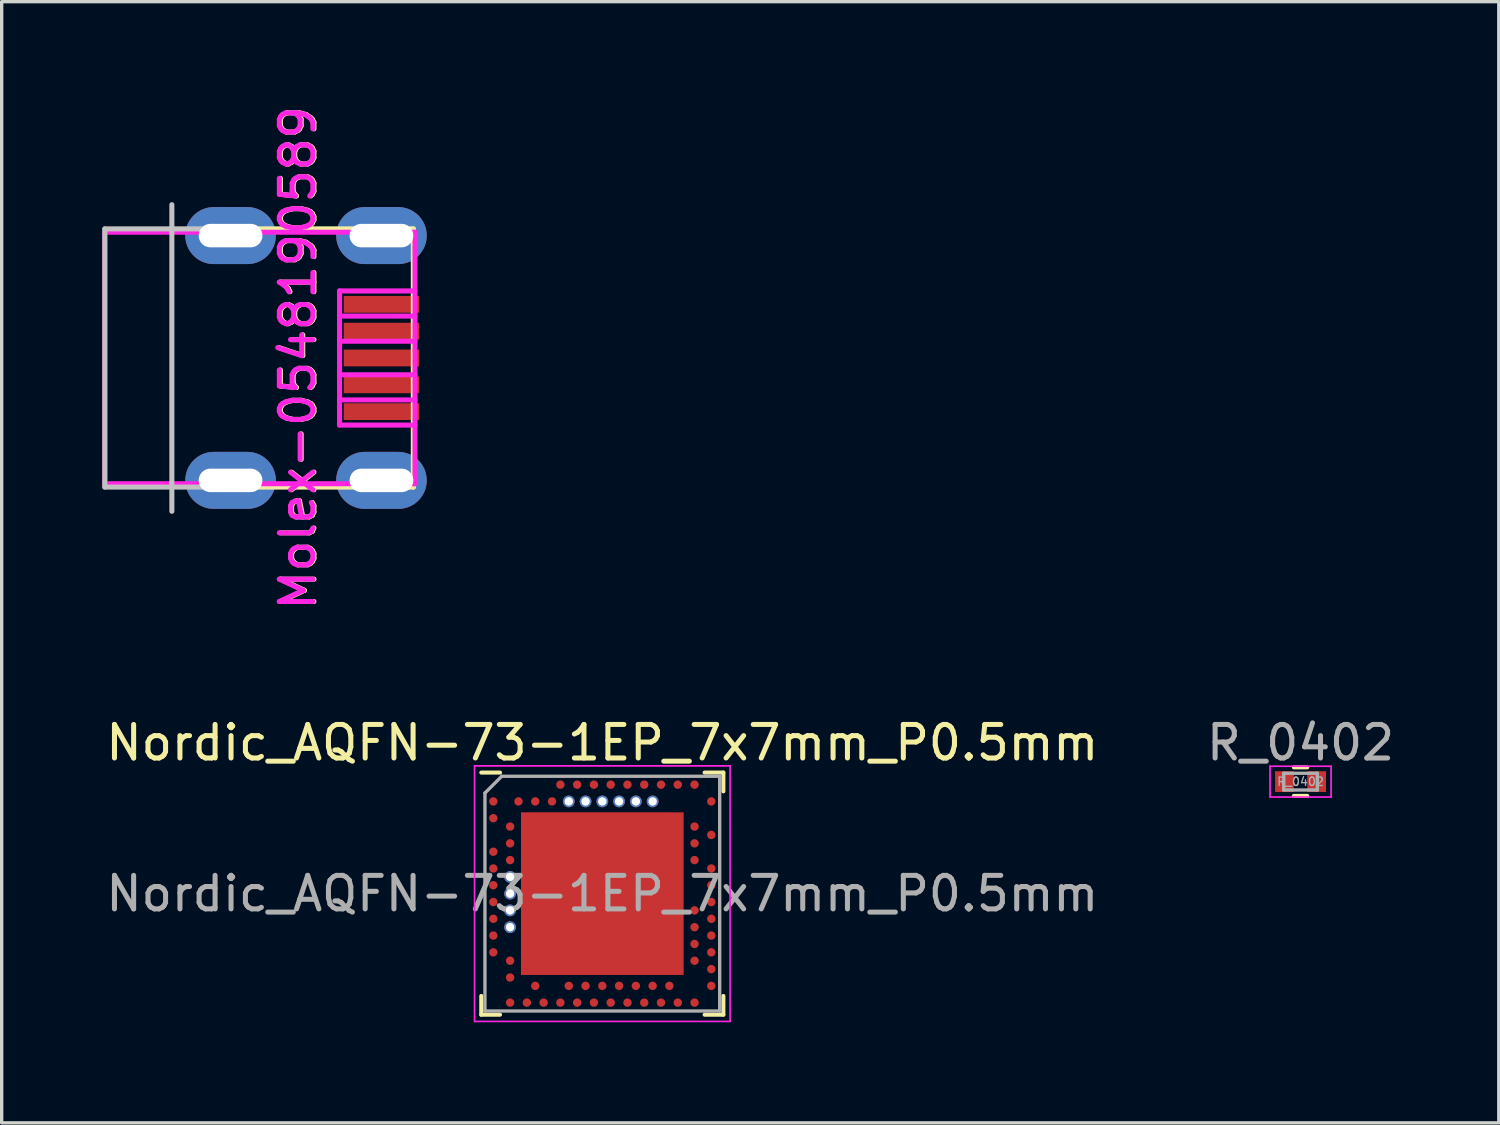
<source format=kicad_pcb>
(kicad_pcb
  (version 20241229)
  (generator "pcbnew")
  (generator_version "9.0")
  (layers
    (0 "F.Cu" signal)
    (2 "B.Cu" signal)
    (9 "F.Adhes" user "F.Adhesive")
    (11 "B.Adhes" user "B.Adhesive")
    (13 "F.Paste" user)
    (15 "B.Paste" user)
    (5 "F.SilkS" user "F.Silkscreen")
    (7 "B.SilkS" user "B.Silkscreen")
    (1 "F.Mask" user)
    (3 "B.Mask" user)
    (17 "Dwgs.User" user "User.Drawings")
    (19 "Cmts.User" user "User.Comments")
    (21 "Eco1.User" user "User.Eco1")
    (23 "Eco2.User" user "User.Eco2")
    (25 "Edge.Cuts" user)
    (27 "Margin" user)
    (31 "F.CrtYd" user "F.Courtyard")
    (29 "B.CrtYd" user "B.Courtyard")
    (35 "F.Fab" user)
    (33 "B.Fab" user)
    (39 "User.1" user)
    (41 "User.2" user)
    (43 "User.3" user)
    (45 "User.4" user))
  (footprint "Nordic_AQFN-73-1EP_7x7mm_P0.5mm"
    (layer "F.Cu")
    (at 14.911 23.598)
    (property "Reference" "Nordic_AQFN-73-1EP_7x7mm_P0.5mm" (at 0 -4.5 180) (layer "F.SilkS") (effects (font (size 1 1) (thickness 0.15))))
    (attr smd)
    (fp_line (start -3.61 -3.61) (end -3.05 -3.61) (stroke (width 0.12) (type solid)) (layer "F.SilkS"))
    (fp_line (start -3.61 3.61) (end -3.61 3.05) (stroke (width 0.12) (type solid)) (layer "F.SilkS"))
    (fp_line (start -3.61 3.61) (end -3.05 3.61) (stroke (width 0.12) (type solid)) (layer "F.SilkS"))
    (fp_line (start 3.61 -3.61) (end 3.05 -3.61) (stroke (width 0.12) (type solid)) (layer "F.SilkS"))
    (fp_line (start 3.61 -3.61) (end 3.61 -3.05) (stroke (width 0.12) (type solid)) (layer "F.SilkS"))
    (fp_line (start 3.61 3.61) (end 3.05 3.61) (stroke (width 0.12) (type solid)) (layer "F.SilkS"))
    (fp_line (start 3.61 3.61) (end 3.61 3.05) (stroke (width 0.12) (type solid)) (layer "F.SilkS"))
    (fp_line (start -3.81 -3.81) (end 3.81 -3.81) (stroke (width 0.05) (type solid)) (layer "F.CrtYd"))
    (fp_line (start -3.81 3.81) (end -3.81 -3.81) (stroke (width 0.05) (type solid)) (layer "F.CrtYd"))
    (fp_line (start 3.81 -3.81) (end 3.81 3.81) (stroke (width 0.05) (type solid)) (layer "F.CrtYd"))
    (fp_line (start 3.81 3.81) (end -3.81 3.81) (stroke (width 0.05) (type solid)) (layer "F.CrtYd"))
    (fp_line (start -3.5 -3) (end -3.5 3.5) (stroke (width 0.1) (type solid)) (layer "F.Fab"))
    (fp_line (start -3.5 -3) (end -3 -3.5) (stroke (width 0.1) (type solid)) (layer "F.Fab"))
    (fp_line (start -3.5 3.5) (end 3.5 3.5) (stroke (width 0.1) (type solid)) (layer "F.Fab"))
    (fp_line (start -3 -3.5) (end 3.5 -3.5) (stroke (width 0.1) (type solid)) (layer "F.Fab"))
    (fp_line (start 3.5 -3.5) (end 3.5 3.5) (stroke (width 0.1) (type solid)) (layer "F.Fab"))
    (fp_text user "${REFERENCE}" (at 0 0 180) (layer "F.Fab") (effects (font (size 1 1) (thickness 0.15))))
    (pad "" smd rect (at -1.212 -1.212 180) (size 2 2) (layers "F.Paste"))
    (pad "" smd rect (at -1.212 1.212 180) (size 2 2) (layers "F.Paste"))
    (pad "" smd rect (at 1.212 -1.212 180) (size 2 2) (layers "F.Paste"))
    (pad "" smd rect (at 1.212 1.212 180) (size 2 2) (layers "F.Paste"))
    (pad "A8" smd circle (at -1.25 -3.25 180) (size 0.25 0.25) (layers "F.Cu" "F.Mask" "F.Paste"))
    (pad "A10" smd circle (at -0.75 -3.25 180) (size 0.25 0.25) (layers "F.Cu" "F.Mask" "F.Paste"))
    (pad "A12" smd circle (at -0.25 -3.25 180) (size 0.25 0.25) (layers "F.Cu" "F.Mask" "F.Paste"))
    (pad "A14" smd circle (at 0.25 -3.25 180) (size 0.25 0.25) (layers "F.Cu" "F.Mask" "F.Paste"))
    (pad "A16" smd circle (at 0.75 -3.25 180) (size 0.25 0.25) (layers "F.Cu" "F.Mask" "F.Paste"))
    (pad "A18" smd circle (at 1.25 -3.25 180) (size 0.25 0.25) (layers "F.Cu" "F.Mask" "F.Paste"))
    (pad "A20" smd circle (at 1.75 -3.25 180) (size 0.25 0.25) (layers "F.Cu" "F.Mask" "F.Paste"))
    (pad "A22" smd circle (at 2.25 -3.25 180) (size 0.25 0.25) (layers "F.Cu" "F.Mask" "F.Paste"))
    (pad "A23" smd circle (at 2.75 -3.25 180) (size 0.25 0.25) (layers "F.Cu" "F.Mask" "F.Paste"))
    (pad "AA24" smd circle (at 3.25 2.25 180) (size 0.25 0.25) (layers "F.Cu" "F.Mask" "F.Paste"))
    (pad "AB2" smd circle (at -2.75 2.5 180) (size 0.25 0.25) (layers "F.Cu" "F.Mask" "F.Paste"))
    (pad "AC5" smd circle (at -2 2.75 180) (size 0.25 0.25) (layers "F.Cu" "F.Mask" "F.Paste"))
    (pad "AC9" smd circle (at -1 2.75 180) (size 0.25 0.25) (layers "F.Cu" "F.Mask" "F.Paste"))
    (pad "AC11" smd circle (at -0.5 2.75 180) (size 0.25 0.25) (layers "F.Cu" "F.Mask" "F.Paste"))
    (pad "AC13" smd circle (at 0 2.75 180) (size 0.25 0.25) (layers "F.Cu" "F.Mask" "F.Paste"))
    (pad "AC15" smd circle (at 0.5 2.75 180) (size 0.25 0.25) (layers "F.Cu" "F.Mask" "F.Paste"))
    (pad "AC17" smd circle (at 1 2.75 180) (size 0.25 0.25) (layers "F.Cu" "F.Mask" "F.Paste"))
    (pad "AC19" smd circle (at 1.5 2.75 180) (size 0.25 0.25) (layers "F.Cu" "F.Mask" "F.Paste"))
    (pad "AC21" smd circle (at 2 2.75 180) (size 0.25 0.25) (layers "F.Cu" "F.Mask" "F.Paste"))
    (pad "AC24" smd circle (at 3.25 2.75 180) (size 0.25 0.25) (layers "F.Cu" "F.Mask" "F.Paste"))
    (pad "AD2" smd circle (at -2.75 3.25 180) (size 0.25 0.25) (layers "F.Cu" "F.Mask" "F.Paste"))
    (pad "AD4" smd circle (at -2.25 3.25 180) (size 0.25 0.25) (layers "F.Cu" "F.Mask" "F.Paste"))
    (pad "AD6" smd circle (at -1.75 3.25 180) (size 0.25 0.25) (layers "F.Cu" "F.Mask" "F.Paste"))
    (pad "AD8" smd circle (at -1.25 3.25 180) (size 0.25 0.25) (layers "F.Cu" "F.Mask" "F.Paste"))
    (pad "AD10" smd circle (at -0.75 3.25 180) (size 0.25 0.25) (layers "F.Cu" "F.Mask" "F.Paste"))
    (pad "AD12" smd circle (at -0.25 3.25 180) (size 0.25 0.25) (layers "F.Cu" "F.Mask" "F.Paste"))
    (pad "AD14" smd circle (at 0.25 3.25 180) (size 0.25 0.25) (layers "F.Cu" "F.Mask" "F.Paste"))
    (pad "AD16" smd circle (at 0.75 3.25 180) (size 0.25 0.25) (layers "F.Cu" "F.Mask" "F.Paste"))
    (pad "AD18" smd circle (at 1.25 3.25 180) (size 0.25 0.25) (layers "F.Cu" "F.Mask" "F.Paste"))
    (pad "AD20" smd circle (at 1.75 3.25 180) (size 0.25 0.25) (layers "F.Cu" "F.Mask" "F.Paste"))
    (pad "AD22" smd circle (at 2.25 3.25 180) (size 0.25 0.25) (layers "F.Cu" "F.Mask" "F.Paste"))
    (pad "AD23" smd circle (at 2.75 3.25 180) (size 0.25 0.25) (layers "F.Cu" "F.Mask" "F.Paste"))
    (pad "B1" smd circle (at -3.25 -2.75 180) (size 0.25 0.25) (layers "F.Cu" "F.Mask" "F.Paste"))
    (pad "B3" smd circle (at -2.5 -2.75 180) (size 0.25 0.25) (layers "F.Cu" "F.Mask" "F.Paste"))
    (pad "B5" smd circle (at -2 -2.75 180) (size 0.25 0.25) (layers "F.Cu" "F.Mask" "F.Paste"))
    (pad "B7" smd circle (at -1.5 -2.75 180) (size 0.25 0.25) (layers "F.Cu" "F.Mask" "F.Paste"))
    (pad "B9" thru_hole circle (at -1 -2.75 180) (size 0.35 0.35) (drill 0.25) (layers "*.Cu" "*.Mask"))
    (pad "B11" thru_hole circle (at -0.5 -2.75 180) (size 0.35 0.35) (drill 0.25) (layers "*.Cu" "*.Mask"))
    (pad "B13" thru_hole circle (at 0 -2.75 180) (size 0.35 0.35) (drill 0.25) (layers "*.Cu" "*.Mask"))
    (pad "B15" thru_hole circle (at 0.5 -2.75 180) (size 0.35 0.35) (drill 0.25) (layers "*.Cu" "*.Mask"))
    (pad "B17" thru_hole circle (at 1 -2.75 180) (size 0.35 0.35) (drill 0.25) (layers "*.Cu" "*.Mask"))
    (pad "B19" thru_hole circle (at 1.5 -2.75 180) (size 0.35 0.35) (drill 0.25) (layers "*.Cu" "*.Mask"))
    (pad "B24" smd circle (at 3.25 -2.75 180) (size 0.25 0.25) (layers "F.Cu" "F.Mask" "F.Paste"))
    (pad "C1" smd circle (at -3.25 -2.25 180) (size 0.25 0.25) (layers "F.Cu" "F.Mask" "F.Paste"))
    (pad "D2" smd circle (at -2.75 -2 180) (size 0.25 0.25) (layers "F.Cu" "F.Mask" "F.Paste"))
    (pad "D23" smd circle (at 2.75 -2 180) (size 0.25 0.25) (layers "F.Cu" "F.Mask" "F.Paste"))
    (pad "E24" smd circle (at 3.25 -1.75 180) (size 0.25 0.25) (layers "F.Cu" "F.Mask" "F.Paste"))
    (pad "EP" smd rect (at 0 0 180) (size 4.85 4.85) (layers "F.Cu" "F.Mask"))
    (pad "F2" smd circle (at -2.75 -1.5 180) (size 0.25 0.25) (layers "F.Cu" "F.Mask" "F.Paste"))
    (pad "F23" smd circle (at 2.75 -1.5 180) (size 0.25 0.25) (layers "F.Cu" "F.Mask" "F.Paste"))
    (pad "G1" smd circle (at -3.25 -1.25 180) (size 0.25 0.25) (layers "F.Cu" "F.Mask" "F.Paste"))
    (pad "H2" smd circle (at -2.75 -1 180) (size 0.25 0.25) (layers "F.Cu" "F.Mask" "F.Paste"))
    (pad "H23" smd circle (at 2.75 -1 180) (size 0.25 0.25) (layers "F.Cu" "F.Mask" "F.Paste"))
    (pad "J1" smd circle (at -3.25 -0.75 180) (size 0.25 0.25) (layers "F.Cu" "F.Mask" "F.Paste"))
    (pad "J24" smd circle (at 3.25 -0.75 180) (size 0.25 0.25) (layers "F.Cu" "F.Mask" "F.Paste"))
    (pad "K2" thru_hole circle (at -2.75 -0.5 180) (size 0.35 0.35) (drill 0.25) (layers "*.Cu" "*.Mask"))
    (pad "L1" smd circle (at -3.25 -0.25 180) (size 0.25 0.25) (layers "F.Cu" "F.Mask" "F.Paste"))
    (pad "L24" smd circle (at 3.25 -0.25 180) (size 0.25 0.25) (layers "F.Cu" "F.Mask" "F.Paste"))
    (pad "M2" thru_hole circle (at -2.75 0 180) (size 0.35 0.35) (drill 0.25) (layers "*.Cu" "*.Mask"))
    (pad "N1" smd circle (at -3.25 0.25 180) (size 0.25 0.25) (layers "F.Cu" "F.Mask" "F.Paste"))
    (pad "N24" smd circle (at 3.25 0.25 180) (size 0.25 0.25) (layers "F.Cu" "F.Mask" "F.Paste"))
    (pad "P2" thru_hole circle (at -2.75 0.5 180) (size 0.35 0.35) (drill 0.25) (layers "*.Cu" "*.Mask"))
    (pad "P23" smd circle (at 2.75 0.5 180) (size 0.25 0.25) (layers "F.Cu" "F.Mask" "F.Paste"))
    (pad "R1" smd circle (at -3.25 0.75 180) (size 0.25 0.25) (layers "F.Cu" "F.Mask" "F.Paste"))
    (pad "R24" smd circle (at 3.25 0.75 180) (size 0.25 0.25) (layers "F.Cu" "F.Mask" "F.Paste"))
    (pad "T2" thru_hole circle (at -2.75 1 180) (size 0.35 0.35) (drill 0.25) (layers "*.Cu" "*.Mask"))
    (pad "T23" smd circle (at 2.75 1 180) (size 0.25 0.25) (layers "F.Cu" "F.Mask" "F.Paste"))
    (pad "U1" smd circle (at -3.25 1.25 180) (size 0.25 0.25) (layers "F.Cu" "F.Mask" "F.Paste"))
    (pad "U24" smd circle (at 3.25 1.25 180) (size 0.25 0.25) (layers "F.Cu" "F.Mask" "F.Paste"))
    (pad "V23" smd circle (at 2.75 1.5 180) (size 0.25 0.25) (layers "F.Cu" "F.Mask" "F.Paste"))
    (pad "W1" smd circle (at -3.25 1.75 180) (size 0.25 0.25) (layers "F.Cu" "F.Mask" "F.Paste"))
    (pad "W24" smd circle (at 3.25 1.75 180) (size 0.25 0.25) (layers "F.Cu" "F.Mask" "F.Paste"))
    (pad "Y2" smd circle (at -2.75 2 180) (size 0.25 0.25) (layers "F.Cu" "F.Mask" "F.Paste"))
    (pad "Y23" smd circle (at 2.75 2 180) (size 0.25 0.25) (layers "F.Cu" "F.Mask" "F.Paste")))
  (footprint "R_0402"
    (layer "F.Cu")
    (at 35.732 20.258)
    (property "Reference" "R_0402" (at 0 -1.16 180) (layer "F.Fab") (effects (font (size 1 1) (thickness 0.15))))
    (attr smd)
    (fp_line (start -0.2 -0.425) (end 0.2 -0.425) (stroke (width 0.12) (type solid)) (layer "F.SilkS"))
    (fp_line (start -0.2 0.425) (end 0.2 0.425) (stroke (width 0.12) (type solid)) (layer "F.SilkS"))
    (fp_line (start -0.91 -0.46) (end 0.91 -0.46) (stroke (width 0.05) (type solid)) (layer "F.CrtYd"))
    (fp_line (start -0.91 0.46) (end -0.91 -0.46) (stroke (width 0.05) (type solid)) (layer "F.CrtYd"))
    (fp_line (start 0.91 -0.46) (end 0.91 0.46) (stroke (width 0.05) (type solid)) (layer "F.CrtYd"))
    (fp_line (start 0.91 0.46) (end -0.91 0.46) (stroke (width 0.05) (type solid)) (layer "F.CrtYd"))
    (fp_line (start -0.5 -0.25) (end 0.5 -0.25) (stroke (width 0.1) (type solid)) (layer "F.Fab"))
    (fp_line (start -0.5 0.25) (end -0.5 -0.25) (stroke (width 0.1) (type solid)) (layer "F.Fab"))
    (fp_line (start 0.5 -0.25) (end 0.5 0.25) (stroke (width 0.1) (type solid)) (layer "F.Fab"))
    (fp_line (start 0.5 0.25) (end -0.5 0.25) (stroke (width 0.1) (type solid)) (layer "F.Fab"))
    (fp_text user "${REFERENCE}" (at 0 0 180) (layer "F.Fab") (effects (font (size 0.25 0.25) (thickness 0.04))))
    (pad "1" smd rect (at -0.48 0) (size 0.56 0.62) (layers "F.Cu" "F.Mask" "F.Paste"))
    (pad "2" smd rect (at 0.48 0) (size 0.56 0.62) (layers "F.Cu" "F.Mask" "F.Paste")))
  (footprint "Molex-0548190589"
    (layer "F.Cu")
    (at 3.825 7.625)
    (property "Reference" "Molex-0548190589" (at 2.032 0 90) (layer "F.SilkS") (effects (font (size 1 1) (thickness 0.15))))
    (attr smd)
    (fp_line (start 0 -3.85) (end 5.45 -3.85) (stroke (width 0.15) (type solid)) (layer "F.SilkS"))
    (fp_line (start 0 3.85) (end 5.45 3.85) (stroke (width 0.15) (type solid)) (layer "F.SilkS"))
    (fp_line (start 5.45 -3.85) (end 5.45 3.85) (stroke (width 0.15) (type solid)) (layer "F.SilkS"))
    (fp_line (start -3.75 -3.85) (end -3.75 3.85) (stroke (width 0.15) (type solid)) (layer "Dwgs.User"))
    (fp_line (start -3.75 -3.85) (end 0 -3.85) (stroke (width 0.15) (type solid)) (layer "Dwgs.User"))
    (fp_line (start -3.75 3.85) (end 0 3.85) (stroke (width 0.15) (type solid)) (layer "Dwgs.User"))
    (fp_line (start -1.75 -4.572) (end -1.75 4.572) (stroke (width 0.15) (type solid)) (layer "Dwgs.User"))
    (fp_line (start -3.75 -3.75) (end 5.5 -3.75) (stroke (width 0.15) (type solid)) (layer "F.CrtYd"))
    (fp_line (start -3.75 3.75) (end -3.75 -3.75) (stroke (width 0.15) (type solid)) (layer "F.CrtYd"))
    (fp_line (start 3.25 -2) (end 3.25 2) (stroke (width 0.15) (type solid)) (layer "F.CrtYd"))
    (fp_line (start 3.25 -1.25) (end 5.5 -1.25) (stroke (width 0.15) (type solid)) (layer "F.CrtYd"))
    (fp_line (start 3.25 0.5) (end 5.5 0.5) (stroke (width 0.15) (type solid)) (layer "F.CrtYd"))
    (fp_line (start 3.25 2) (end 5.5 2) (stroke (width 0.15) (type solid)) (layer "F.CrtYd"))
    (fp_line (start 5.5 -3.75) (end 5.5 3.75) (stroke (width 0.15) (type solid)) (layer "F.CrtYd"))
    (fp_line (start 5.5 -2) (end 3.25 -2) (stroke (width 0.15) (type solid)) (layer "F.CrtYd"))
    (fp_line (start 5.5 -0.5) (end 3.25 -0.5) (stroke (width 0.15) (type solid)) (layer "F.CrtYd"))
    (fp_line (start 5.5 1.25) (end 3.25 1.25) (stroke (width 0.15) (type solid)) (layer "F.CrtYd"))
    (fp_line (start 5.5 3.75) (end -3.75 3.75) (stroke (width 0.15) (type solid)) (layer "F.CrtYd"))
    (fp_text user "${REFERENCE}" (at 2 0 90) (layer "F.CrtYd") (effects (font (size 1 1) (thickness 0.15))))
    (pad "1" smd rect (at 4.5 -1.6) (size 2.25 0.5) (layers "F.Cu" "F.Mask" "F.Paste"))
    (pad "2" smd rect (at 4.5 -0.8) (size 2.25 0.5) (layers "F.Cu" "F.Mask" "F.Paste"))
    (pad "3" smd rect (at 4.5 0) (size 2.25 0.5) (layers "F.Cu" "F.Mask" "F.Paste"))
    (pad "4" smd rect (at 4.5 0.8) (size 2.25 0.5) (layers "F.Cu" "F.Mask" "F.Paste"))
    (pad "5" smd rect (at 4.5 1.6) (size 2.25 0.5) (layers "F.Cu" "F.Mask" "F.Paste"))
    (pad "6" thru_hole oval (at 0 -3.65) (size 2.7 1.7) (drill oval 1.9 0.7) (layers "*.Cu" "*.Mask"))
    (pad "6" thru_hole oval (at 0 3.65) (size 2.7 1.7) (drill oval 1.9 0.7) (layers "*.Cu" "*.Mask"))
    (pad "6" thru_hole oval (at 4.5 -3.65) (size 2.7 1.7) (drill oval 1.9 0.7) (layers "*.Cu" "*.Mask"))
    (pad "6" thru_hole oval (at 4.5 3.65) (size 2.7 1.7) (drill oval 1.9 0.7) (layers "*.Cu" "*.Mask")))
  (gr_rect
    (start -3 -3)
    (end 41.643 30.433)
    (stroke (width 0.1) (type default))
    (fill no)
    (layer "Edge.Cuts")))
</source>
